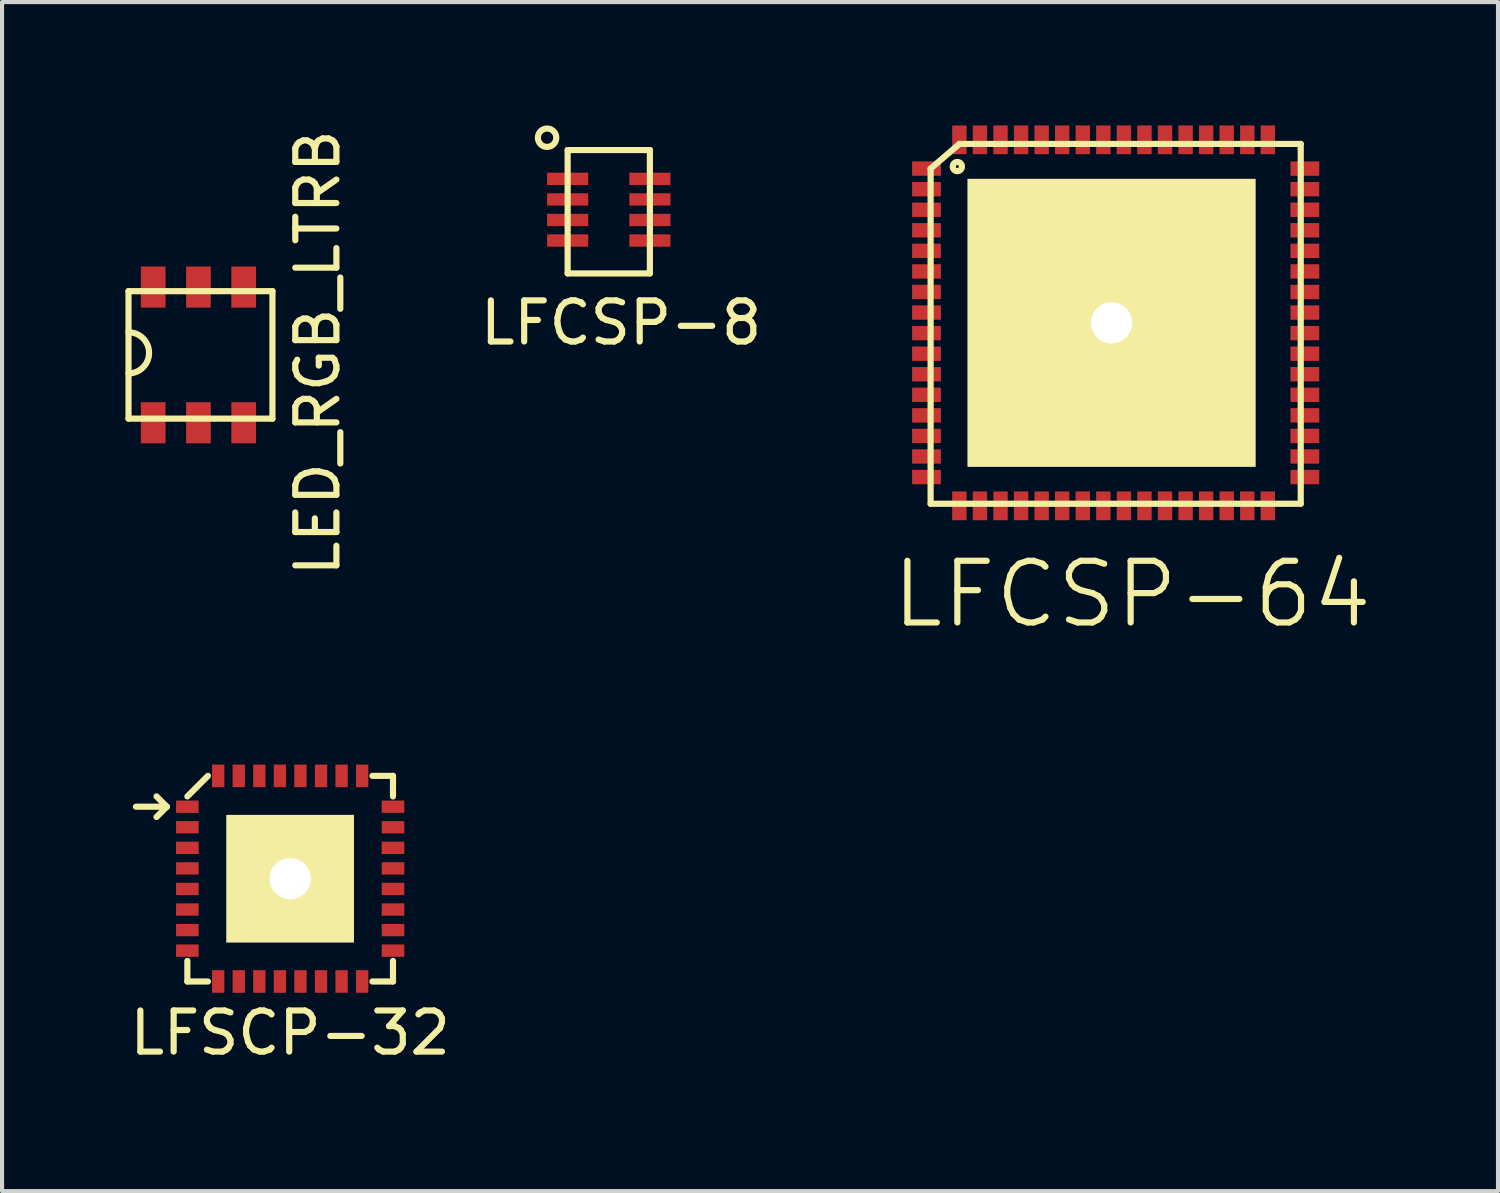
<source format=kicad_pcb>
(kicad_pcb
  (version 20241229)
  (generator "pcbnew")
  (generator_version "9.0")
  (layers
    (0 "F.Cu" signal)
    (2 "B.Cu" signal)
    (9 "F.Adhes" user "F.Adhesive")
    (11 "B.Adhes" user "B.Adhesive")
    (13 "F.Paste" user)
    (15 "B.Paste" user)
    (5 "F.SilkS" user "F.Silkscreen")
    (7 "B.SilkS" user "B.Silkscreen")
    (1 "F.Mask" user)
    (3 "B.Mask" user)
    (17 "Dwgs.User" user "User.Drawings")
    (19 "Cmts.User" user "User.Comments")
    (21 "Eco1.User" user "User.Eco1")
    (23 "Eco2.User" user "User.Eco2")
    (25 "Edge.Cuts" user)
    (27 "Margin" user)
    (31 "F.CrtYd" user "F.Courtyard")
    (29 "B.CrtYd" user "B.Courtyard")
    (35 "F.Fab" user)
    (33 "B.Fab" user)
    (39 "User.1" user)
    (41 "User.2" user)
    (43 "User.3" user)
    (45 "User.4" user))
  (footprint "LED_RGB_LTRB"
    (layer "F.Cu")
    (at 1.775 5.53)
    (property "Reference" "LED_RGB_LTRB" (at 2.9 0 90) (layer "F.SilkS") (effects (font (size 1 1) (thickness 0.15))))
    (attr through_hole)
    (fp_line (start -1.7 -1.5) (end 1.8 -1.5) (stroke (width 0.15) (type solid)) (layer "F.SilkS"))
    (fp_line (start -1.7 1.6) (end -1.7 -1.5) (stroke (width 0.15) (type solid)) (layer "F.SilkS"))
    (fp_line (start 1.8 -1.5) (end 1.8 1.6) (stroke (width 0.15) (type solid)) (layer "F.SilkS"))
    (fp_line (start 1.8 1.6) (end -1.7 1.6) (stroke (width 0.15) (type solid)) (layer "F.SilkS"))
    (fp_arc (start -1.7 -0.5) (mid -1.2 0) (end -1.7 0.5) (stroke (width 0.15) (type solid)) (layer "F.SilkS"))
    (pad "1" smd rect (at -1.1 -1.6) (size 0.6 1) (layers "F.Cu" "F.Mask" "F.Paste"))
    (pad "2" smd rect (at 0 -1.6) (size 0.6 1) (layers "F.Cu" "F.Mask" "F.Paste"))
    (pad "3" smd rect (at 1.1 -1.6) (size 0.6 1) (layers "F.Cu" "F.Mask" "F.Paste"))
    (pad "4" smd rect (at 1.1 1.7) (size 0.6 1) (layers "F.Cu" "F.Mask" "F.Paste"))
    (pad "5" smd rect (at 0 1.7) (size 0.6 1) (layers "F.Cu" "F.Mask" "F.Paste"))
    (pad "6" smd rect (at -1.1 1.7) (size 0.6 1) (layers "F.Cu" "F.Mask" "F.Paste")))
  (footprint "LFCSP-8"
    (layer "F.Cu")
    (at 11.753 2.099)
    (property "Reference" "LFCSP-8" (at 0.3 2.7 0) (layer "F.SilkS") (effects (font (size 1 1) (thickness 0.15))))
    (attr through_hole)
    (fp_line (start -1 -1.5) (end -1 1.5) (stroke (width 0.15) (type solid)) (layer "F.SilkS"))
    (fp_line (start -1 1.5) (end 1 1.5) (stroke (width 0.15) (type solid)) (layer "F.SilkS"))
    (fp_line (start 1 -1.5) (end -1 -1.5) (stroke (width 0.15) (type solid)) (layer "F.SilkS"))
    (fp_line (start 1 1.5) (end 1 -1.5) (stroke (width 0.15) (type solid)) (layer "F.SilkS"))
    (fp_circle (center -1.5 -1.8) (end -1.3 -1.7) (stroke (width 0.15) (type solid)) (fill no) (layer "F.SilkS"))
    (pad "1" smd rect (at -1 -0.8) (size 1 0.3) (layers "F.Cu" "F.Mask" "F.Paste"))
    (pad "2" smd rect (at -1 -0.3) (size 1 0.3) (layers "F.Cu" "F.Mask" "F.Paste"))
    (pad "3" smd rect (at -1 0.2) (size 1 0.3) (layers "F.Cu" "F.Mask" "F.Paste"))
    (pad "4" smd rect (at -1 0.7) (size 1 0.3) (layers "F.Cu" "F.Mask" "F.Paste"))
    (pad "5" smd rect (at 1 0.7) (size 1 0.3) (layers "F.Cu" "F.Mask" "F.Paste"))
    (pad "6" smd rect (at 1 0.2) (size 1 0.3) (layers "F.Cu" "F.Mask" "F.Paste"))
    (pad "7" smd rect (at 1 -0.3) (size 1 0.3) (layers "F.Cu" "F.Mask" "F.Paste"))
    (pad "8" smd rect (at 1 -0.8) (size 1 0.3) (layers "F.Cu" "F.Mask" "F.Paste")))
  (footprint "LFSCP-32"
    (layer "F.Cu")
    (at 4.006 18.316)
    (property "Reference" "LFSCP-32" (at 0 3.75 0) (layer "F.SilkS") (effects (font (size 1 1) (thickness 0.15))))
    (attr through_hole)
    (fp_line (start -3.75 -1.75) (end -3 -1.75) (stroke (width 0.15) (type solid)) (layer "F.SilkS"))
    (fp_line (start -3 -1.75) (end -3.25 -2) (stroke (width 0.15) (type solid)) (layer "F.SilkS"))
    (fp_line (start -3 -1.75) (end -3.25 -1.5) (stroke (width 0.15) (type solid)) (layer "F.SilkS"))
    (fp_line (start -2.5 -2) (end -2 -2.5) (stroke (width 0.15) (type solid)) (layer "F.SilkS"))
    (fp_line (start -2.5 2.5) (end -2.5 2) (stroke (width 0.15) (type solid)) (layer "F.SilkS"))
    (fp_line (start -2.5 2.5) (end -2 2.5) (stroke (width 0.15) (type solid)) (layer "F.SilkS"))
    (fp_line (start 2 2.5) (end 2.5 2.5) (stroke (width 0.15) (type solid)) (layer "F.SilkS"))
    (fp_line (start 2.5 -2.5) (end 2 -2.5) (stroke (width 0.15) (type solid)) (layer "F.SilkS"))
    (fp_line (start 2.5 -2) (end 2.5 -2.5) (stroke (width 0.15) (type solid)) (layer "F.SilkS"))
    (fp_line (start 2.5 2.5) (end 2.5 2) (stroke (width 0.15) (type solid)) (layer "F.SilkS"))
    (pad "0" thru_hole rect (at 0 0 270) (size 3.1 3.1) (drill 1) (layers "*.Cu" "*.Mask" "F.SilkS"))
    (pad "1" smd rect (at -2.5 -1.75) (size 0.55 0.3) (layers "F.Cu" "F.Mask" "F.Paste"))
    (pad "2" smd rect (at -2.5 -1.25) (size 0.55 0.3) (layers "F.Cu" "F.Mask" "F.Paste"))
    (pad "3" smd rect (at -2.5 -0.75) (size 0.55 0.3) (layers "F.Cu" "F.Mask" "F.Paste"))
    (pad "4" smd rect (at -2.5 -0.25) (size 0.55 0.3) (layers "F.Cu" "F.Mask" "F.Paste"))
    (pad "5" smd rect (at -2.5 0.25) (size 0.55 0.3) (layers "F.Cu" "F.Mask" "F.Paste"))
    (pad "6" smd rect (at -2.5 0.75) (size 0.55 0.3) (layers "F.Cu" "F.Mask" "F.Paste"))
    (pad "7" smd rect (at -2.5 1.25) (size 0.55 0.3) (layers "F.Cu" "F.Mask" "F.Paste"))
    (pad "8" smd rect (at -2.5 1.75) (size 0.55 0.3) (layers "F.Cu" "F.Mask" "F.Paste"))
    (pad "9" smd rect (at -1.75 2.5 90) (size 0.55 0.3) (layers "F.Cu" "F.Mask" "F.Paste"))
    (pad "10" smd rect (at -1.25 2.5 90) (size 0.55 0.3) (layers "F.Cu" "F.Mask" "F.Paste"))
    (pad "11" smd rect (at -0.75 2.5 90) (size 0.55 0.3) (layers "F.Cu" "F.Mask" "F.Paste"))
    (pad "12" smd rect (at -0.25 2.5 90) (size 0.55 0.3) (layers "F.Cu" "F.Mask" "F.Paste"))
    (pad "13" smd rect (at 0.25 2.5 90) (size 0.55 0.3) (layers "F.Cu" "F.Mask" "F.Paste"))
    (pad "14" smd rect (at 0.75 2.5 90) (size 0.55 0.3) (layers "F.Cu" "F.Mask" "F.Paste"))
    (pad "15" smd rect (at 1.25 2.5 90) (size 0.55 0.3) (layers "F.Cu" "F.Mask" "F.Paste"))
    (pad "16" smd rect (at 1.75 2.5 90) (size 0.55 0.3) (layers "F.Cu" "F.Mask" "F.Paste"))
    (pad "17" smd rect (at 2.5 1.75 180) (size 0.55 0.3) (layers "F.Cu" "F.Mask" "F.Paste"))
    (pad "18" smd rect (at 2.5 1.25 180) (size 0.55 0.3) (layers "F.Cu" "F.Mask" "F.Paste"))
    (pad "19" smd rect (at 2.5 0.75 180) (size 0.55 0.3) (layers "F.Cu" "F.Mask" "F.Paste"))
    (pad "20" smd rect (at 2.5 0.25 180) (size 0.55 0.3) (layers "F.Cu" "F.Mask" "F.Paste"))
    (pad "21" smd rect (at 2.5 -0.25 180) (size 0.55 0.3) (layers "F.Cu" "F.Mask" "F.Paste"))
    (pad "22" smd rect (at 2.5 -0.75 180) (size 0.55 0.3) (layers "F.Cu" "F.Mask" "F.Paste"))
    (pad "23" smd rect (at 2.5 -1.25 180) (size 0.55 0.3) (layers "F.Cu" "F.Mask" "F.Paste"))
    (pad "24" smd rect (at 2.5 -1.75 180) (size 0.55 0.3) (layers "F.Cu" "F.Mask" "F.Paste"))
    (pad "25" smd rect (at 1.75 -2.5 270) (size 0.55 0.3) (layers "F.Cu" "F.Mask" "F.Paste"))
    (pad "26" smd rect (at 1.25 -2.5 270) (size 0.55 0.3) (layers "F.Cu" "F.Mask" "F.Paste"))
    (pad "27" smd rect (at 0.75 -2.5 270) (size 0.55 0.3) (layers "F.Cu" "F.Mask" "F.Paste"))
    (pad "28" smd rect (at 0.25 -2.5 270) (size 0.55 0.3) (layers "F.Cu" "F.Mask" "F.Paste"))
    (pad "29" smd rect (at -0.25 -2.5 270) (size 0.55 0.3) (layers "F.Cu" "F.Mask" "F.Paste"))
    (pad "30" smd rect (at -0.75 -2.5 270) (size 0.55 0.3) (layers "F.Cu" "F.Mask" "F.Paste"))
    (pad "31" smd rect (at -1.25 -2.5 270) (size 0.55 0.3) (layers "F.Cu" "F.Mask" "F.Paste"))
    (pad "32" smd rect (at -1.75 -2.5 270) (size 0.55 0.3) (layers "F.Cu" "F.Mask" "F.Paste")))
  (footprint "LFCSP-64"
    (layer "F.Cu")
    (at 23.929 4.7)
    (property "Reference" "LFCSP-64" (at 0.55 6.7 0) (layer "F.SilkS") (effects (font (size 1.5 1.5) (thickness 0.15))))
    (attr through_hole)
    (fp_line (start -4.35 -3.65) (end -4.35 4.5) (stroke (width 0.15) (type solid)) (layer "F.SilkS"))
    (fp_line (start -4.35 -3.65) (end -3.65 -4.25) (stroke (width 0.15) (type solid)) (layer "F.SilkS"))
    (fp_line (start -3.65 -4.25) (end 4.65 -4.25) (stroke (width 0.15) (type solid)) (layer "F.SilkS"))
    (fp_line (start 4.65 -4.25) (end 4.65 4.5) (stroke (width 0.15) (type solid)) (layer "F.SilkS"))
    (fp_line (start 4.65 4.5) (end -4.35 4.5) (stroke (width 0.15) (type solid)) (layer "F.SilkS"))
    (fp_circle (center -3.7 -3.7) (end -3.6 -3.65) (stroke (width 0.15) (type solid)) (fill no) (layer "F.SilkS"))
    (pad "0" thru_hole rect (at 0.05 0.1) (size 7 7) (drill 1) (layers "*.Cu" "*.Mask" "F.SilkS"))
    (pad "1" smd rect (at -4.45 -3.65) (size 0.7 0.35) (layers "F.Cu" "F.Mask" "F.Paste"))
    (pad "2" smd rect (at -4.45 -3.15) (size 0.7 0.35) (layers "F.Cu" "F.Mask" "F.Paste"))
    (pad "3" smd rect (at -4.45 -2.65) (size 0.7 0.35) (layers "F.Cu" "F.Mask" "F.Paste"))
    (pad "4" smd rect (at -4.45 -2.15) (size 0.7 0.35) (layers "F.Cu" "F.Mask" "F.Paste"))
    (pad "5" smd rect (at -4.45 -1.65) (size 0.7 0.35) (layers "F.Cu" "F.Mask" "F.Paste"))
    (pad "6" smd rect (at -4.45 -1.15) (size 0.7 0.35) (layers "F.Cu" "F.Mask" "F.Paste"))
    (pad "7" smd rect (at -4.45 -0.65) (size 0.7 0.35) (layers "F.Cu" "F.Mask" "F.Paste"))
    (pad "8" smd rect (at -4.45 -0.15) (size 0.7 0.35) (layers "F.Cu" "F.Mask" "F.Paste"))
    (pad "9" smd rect (at -4.45 0.35) (size 0.7 0.35) (layers "F.Cu" "F.Mask" "F.Paste"))
    (pad "10" smd rect (at -4.45 0.85) (size 0.7 0.35) (layers "F.Cu" "F.Mask" "F.Paste"))
    (pad "11" smd rect (at -4.45 1.35) (size 0.7 0.35) (layers "F.Cu" "F.Mask" "F.Paste"))
    (pad "12" smd rect (at -4.45 1.85) (size 0.7 0.35) (layers "F.Cu" "F.Mask" "F.Paste"))
    (pad "13" smd rect (at -4.45 2.35) (size 0.7 0.35) (layers "F.Cu" "F.Mask" "F.Paste"))
    (pad "14" smd rect (at -4.45 2.85) (size 0.7 0.35) (layers "F.Cu" "F.Mask" "F.Paste"))
    (pad "15" smd rect (at -4.45 3.35) (size 0.7 0.35) (layers "F.Cu" "F.Mask" "F.Paste"))
    (pad "16" smd rect (at -4.45 3.85) (size 0.7 0.35) (layers "F.Cu" "F.Mask" "F.Paste"))
    (pad "17" smd rect (at -3.65 4.55 90) (size 0.7 0.35) (layers "F.Cu" "F.Mask" "F.Paste"))
    (pad "18" smd rect (at -3.15 4.55 90) (size 0.7 0.35) (layers "F.Cu" "F.Mask" "F.Paste"))
    (pad "19" smd rect (at -2.65 4.55 90) (size 0.7 0.35) (layers "F.Cu" "F.Mask" "F.Paste"))
    (pad "20" smd rect (at -2.15 4.55 90) (size 0.7 0.35) (layers "F.Cu" "F.Mask" "F.Paste"))
    (pad "21" smd rect (at -1.65 4.55 90) (size 0.7 0.35) (layers "F.Cu" "F.Mask" "F.Paste"))
    (pad "22" smd rect (at -1.15 4.55 90) (size 0.7 0.35) (layers "F.Cu" "F.Mask" "F.Paste"))
    (pad "23" smd rect (at -0.65 4.55 90) (size 0.7 0.35) (layers "F.Cu" "F.Mask" "F.Paste"))
    (pad "24" smd rect (at -0.15 4.55 90) (size 0.7 0.35) (layers "F.Cu" "F.Mask" "F.Paste"))
    (pad "25" smd rect (at 0.35 4.55 90) (size 0.7 0.35) (layers "F.Cu" "F.Mask" "F.Paste"))
    (pad "26" smd rect (at 0.85 4.55 90) (size 0.7 0.35) (layers "F.Cu" "F.Mask" "F.Paste"))
    (pad "27" smd rect (at 1.35 4.55 90) (size 0.7 0.35) (layers "F.Cu" "F.Mask" "F.Paste"))
    (pad "28" smd rect (at 1.85 4.55 90) (size 0.7 0.35) (layers "F.Cu" "F.Mask" "F.Paste"))
    (pad "29" smd rect (at 2.35 4.55 90) (size 0.7 0.35) (layers "F.Cu" "F.Mask" "F.Paste"))
    (pad "30" smd rect (at 2.85 4.55 90) (size 0.7 0.35) (layers "F.Cu" "F.Mask" "F.Paste"))
    (pad "31" smd rect (at 3.35 4.55 90) (size 0.7 0.35) (layers "F.Cu" "F.Mask" "F.Paste"))
    (pad "32" smd rect (at 3.85 4.55 90) (size 0.7 0.35) (layers "F.Cu" "F.Mask" "F.Paste"))
    (pad "33" smd rect (at 4.75 3.85 180) (size 0.7 0.35) (layers "F.Cu" "F.Mask" "F.Paste"))
    (pad "34" smd rect (at 4.75 3.35 180) (size 0.7 0.35) (layers "F.Cu" "F.Mask" "F.Paste"))
    (pad "35" smd rect (at 4.75 2.85 180) (size 0.7 0.35) (layers "F.Cu" "F.Mask" "F.Paste"))
    (pad "36" smd rect (at 4.75 2.35 180) (size 0.7 0.35) (layers "F.Cu" "F.Mask" "F.Paste"))
    (pad "37" smd rect (at 4.75 1.85 180) (size 0.7 0.35) (layers "F.Cu" "F.Mask" "F.Paste"))
    (pad "38" smd rect (at 4.75 1.35 180) (size 0.7 0.35) (layers "F.Cu" "F.Mask" "F.Paste"))
    (pad "39" smd rect (at 4.75 0.85 180) (size 0.7 0.35) (layers "F.Cu" "F.Mask" "F.Paste"))
    (pad "40" smd rect (at 4.75 0.35 180) (size 0.7 0.35) (layers "F.Cu" "F.Mask" "F.Paste"))
    (pad "41" smd rect (at 4.75 -0.15 180) (size 0.7 0.35) (layers "F.Cu" "F.Mask" "F.Paste"))
    (pad "42" smd rect (at 4.75 -0.65 180) (size 0.7 0.35) (layers "F.Cu" "F.Mask" "F.Paste"))
    (pad "43" smd rect (at 4.75 -1.15 180) (size 0.7 0.35) (layers "F.Cu" "F.Mask" "F.Paste"))
    (pad "44" smd rect (at 4.75 -1.65 180) (size 0.7 0.35) (layers "F.Cu" "F.Mask" "F.Paste"))
    (pad "45" smd rect (at 4.75 -2.15 180) (size 0.7 0.35) (layers "F.Cu" "F.Mask" "F.Paste"))
    (pad "46" smd rect (at 4.75 -2.65 180) (size 0.7 0.35) (layers "F.Cu" "F.Mask" "F.Paste"))
    (pad "47" smd rect (at 4.75 -3.15 180) (size 0.7 0.35) (layers "F.Cu" "F.Mask" "F.Paste"))
    (pad "48" smd rect (at 4.75 -3.65 180) (size 0.7 0.35) (layers "F.Cu" "F.Mask" "F.Paste"))
    (pad "49" smd rect (at 3.85 -4.35 270) (size 0.7 0.35) (layers "F.Cu" "F.Mask" "F.Paste"))
    (pad "50" smd rect (at 3.35 -4.35 270) (size 0.7 0.35) (layers "F.Cu" "F.Mask" "F.Paste"))
    (pad "51" smd rect (at 2.85 -4.35 270) (size 0.7 0.35) (layers "F.Cu" "F.Mask" "F.Paste"))
    (pad "52" smd rect (at 2.35 -4.35 270) (size 0.7 0.35) (layers "F.Cu" "F.Mask" "F.Paste"))
    (pad "53" smd rect (at 1.85 -4.35 270) (size 0.7 0.35) (layers "F.Cu" "F.Mask" "F.Paste"))
    (pad "54" smd rect (at 1.35 -4.35 270) (size 0.7 0.35) (layers "F.Cu" "F.Mask" "F.Paste"))
    (pad "55" smd rect (at 0.85 -4.35 270) (size 0.7 0.35) (layers "F.Cu" "F.Mask" "F.Paste"))
    (pad "56" smd rect (at 0.35 -4.35 270) (size 0.7 0.35) (layers "F.Cu" "F.Mask" "F.Paste"))
    (pad "57" smd rect (at -0.15 -4.35 270) (size 0.7 0.35) (layers "F.Cu" "F.Mask" "F.Paste"))
    (pad "58" smd rect (at -0.65 -4.35 270) (size 0.7 0.35) (layers "F.Cu" "F.Mask" "F.Paste"))
    (pad "59" smd rect (at -1.15 -4.35 270) (size 0.7 0.35) (layers "F.Cu" "F.Mask" "F.Paste"))
    (pad "60" smd rect (at -1.65 -4.35 270) (size 0.7 0.35) (layers "F.Cu" "F.Mask" "F.Paste"))
    (pad "61" smd rect (at -2.15 -4.35 270) (size 0.7 0.35) (layers "F.Cu" "F.Mask" "F.Paste"))
    (pad "62" smd rect (at -2.65 -4.35 270) (size 0.7 0.35) (layers "F.Cu" "F.Mask" "F.Paste"))
    (pad "63" smd rect (at -3.15 -4.35 270) (size 0.7 0.35) (layers "F.Cu" "F.Mask" "F.Paste"))
    (pad "64" smd rect (at -3.65 -4.35 270) (size 0.7 0.35) (layers "F.Cu" "F.Mask" "F.Paste")))
  (gr_rect
    (start -3 -3)
    (end 33.376 25.914)
    (stroke (width 0.1) (type default))
    (fill no)
    (layer "Edge.Cuts")))
</source>
